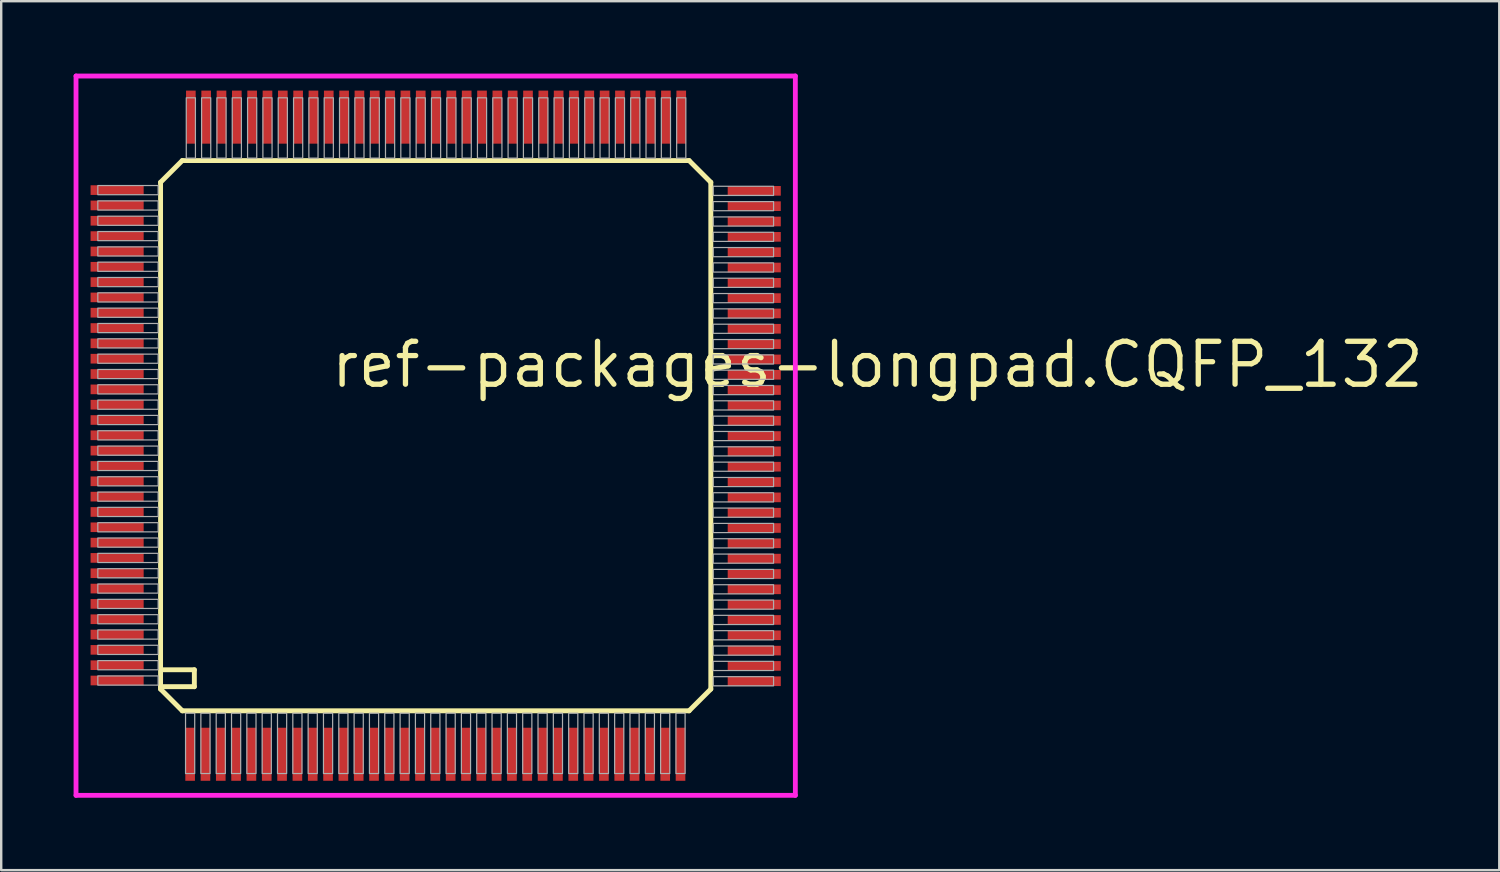
<source format=kicad_pcb>
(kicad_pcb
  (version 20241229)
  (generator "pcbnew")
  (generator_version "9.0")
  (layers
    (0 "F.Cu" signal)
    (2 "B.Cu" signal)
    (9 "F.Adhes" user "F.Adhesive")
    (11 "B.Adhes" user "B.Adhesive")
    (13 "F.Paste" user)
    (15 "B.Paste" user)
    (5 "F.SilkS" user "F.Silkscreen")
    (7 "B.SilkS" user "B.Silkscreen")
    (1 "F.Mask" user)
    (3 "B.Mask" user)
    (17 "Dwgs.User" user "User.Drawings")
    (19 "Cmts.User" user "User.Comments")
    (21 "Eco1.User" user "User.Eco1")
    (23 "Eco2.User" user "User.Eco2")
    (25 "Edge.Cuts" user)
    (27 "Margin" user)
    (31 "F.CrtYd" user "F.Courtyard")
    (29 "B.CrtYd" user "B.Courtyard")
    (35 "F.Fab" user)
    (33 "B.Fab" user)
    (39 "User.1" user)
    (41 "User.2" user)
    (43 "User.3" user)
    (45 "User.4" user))
  (footprint "ref-packages-longpad.CQFP_132"
    (layer "F.Cu")
    (at 15.003 15.003)
    (property "Reference" "ref-packages-longpad.CQFP_132" (at -4.445 -1.905 0) (layer "F.SilkS") (effects (font (size 1.778 1.778) (thickness 0.22)) (justify left bottom)))
    (attr smd)
    (fp_line (start -11.4 -10.5) (end -11.4 10.4) (stroke (width 0.203) (type default)) (layer "F.SilkS"))
    (fp_line (start -11.4 -10.5) (end -10.5 -11.4) (stroke (width 0.203) (type default)) (layer "F.SilkS"))
    (fp_line (start -11.4 10.4) (end -11.4 10.5) (stroke (width 0.203) (type default)) (layer "F.SilkS"))
    (fp_line (start -11.4 10.4) (end -10 10.4) (stroke (width 0.203) (type default)) (layer "F.SilkS"))
    (fp_line (start -11.4 10.5) (end -10.5 11.4) (stroke (width 0.203) (type default)) (layer "F.SilkS"))
    (fp_line (start -10.5 11.4) (end 10.5 11.4) (stroke (width 0.203) (type default)) (layer "F.SilkS"))
    (fp_line (start -10 9.7) (end -11.3 9.7) (stroke (width 0.203) (type default)) (layer "F.SilkS"))
    (fp_line (start -10 10.4) (end -10 9.7) (stroke (width 0.203) (type default)) (layer "F.SilkS"))
    (fp_line (start 10.5 -11.4) (end -10.5 -11.4) (stroke (width 0.203) (type default)) (layer "F.SilkS"))
    (fp_line (start 10.5 -11.4) (end 11.4 -10.5) (stroke (width 0.203) (type default)) (layer "F.SilkS"))
    (fp_line (start 10.5 11.4) (end 11.4 10.5) (stroke (width 0.203) (type default)) (layer "F.SilkS"))
    (fp_line (start 11.4 10.5) (end 11.4 -10.5) (stroke (width 0.203) (type default)) (layer "F.SilkS"))
    (fp_line (start -14.903 -14.903) (end 14.903 -14.903) (stroke (width 0.2) (type default)) (layer "F.CrtYd"))
    (fp_line (start -14.903 14.903) (end -14.903 -14.903) (stroke (width 0.2) (type default)) (layer "F.CrtYd"))
    (fp_line (start 14.903 -14.903) (end 14.903 14.903) (stroke (width 0.2) (type default)) (layer "F.CrtYd"))
    (fp_line (start 14.903 14.903) (end -14.903 14.903) (stroke (width 0.2) (type default)) (layer "F.CrtYd"))
    (fp_rect (start -14 -9.985) (end -11.5 -10.365) (stroke (width 0.05) (type default)) (fill no) (layer "F.Fab"))
    (fp_rect (start -14 -9.35) (end -11.5 -9.73) (stroke (width 0.05) (type default)) (fill no) (layer "F.Fab"))
    (fp_rect (start -14 -8.715) (end -11.5 -9.095) (stroke (width 0.05) (type default)) (fill no) (layer "F.Fab"))
    (fp_rect (start -14 -8.08) (end -11.5 -8.46) (stroke (width 0.05) (type default)) (fill no) (layer "F.Fab"))
    (fp_rect (start -14 -7.445) (end -11.5 -7.825) (stroke (width 0.05) (type default)) (fill no) (layer "F.Fab"))
    (fp_rect (start -14 -6.81) (end -11.5 -7.19) (stroke (width 0.05) (type default)) (fill no) (layer "F.Fab"))
    (fp_rect (start -14 -6.175) (end -11.5 -6.555) (stroke (width 0.05) (type default)) (fill no) (layer "F.Fab"))
    (fp_rect (start -14 -5.54) (end -11.5 -5.92) (stroke (width 0.05) (type default)) (fill no) (layer "F.Fab"))
    (fp_rect (start -14 -4.905) (end -11.5 -5.285) (stroke (width 0.05) (type default)) (fill no) (layer "F.Fab"))
    (fp_rect (start -14 -4.27) (end -11.5 -4.65) (stroke (width 0.05) (type default)) (fill no) (layer "F.Fab"))
    (fp_rect (start -14 -3.635) (end -11.5 -4.015) (stroke (width 0.05) (type default)) (fill no) (layer "F.Fab"))
    (fp_rect (start -14 -3) (end -11.5 -3.38) (stroke (width 0.05) (type default)) (fill no) (layer "F.Fab"))
    (fp_rect (start -14 -2.365) (end -11.5 -2.745) (stroke (width 0.05) (type default)) (fill no) (layer "F.Fab"))
    (fp_rect (start -14 -1.73) (end -11.5 -2.11) (stroke (width 0.05) (type default)) (fill no) (layer "F.Fab"))
    (fp_rect (start -14 -1.095) (end -11.5 -1.475) (stroke (width 0.05) (type default)) (fill no) (layer "F.Fab"))
    (fp_rect (start -14 -0.46) (end -11.5 -0.84) (stroke (width 0.05) (type default)) (fill no) (layer "F.Fab"))
    (fp_rect (start -14 0.175) (end -11.5 -0.205) (stroke (width 0.05) (type default)) (fill no) (layer "F.Fab"))
    (fp_rect (start -14 0.81) (end -11.5 0.43) (stroke (width 0.05) (type default)) (fill no) (layer "F.Fab"))
    (fp_rect (start -14 1.445) (end -11.5 1.065) (stroke (width 0.05) (type default)) (fill no) (layer "F.Fab"))
    (fp_rect (start -14 2.08) (end -11.5 1.7) (stroke (width 0.05) (type default)) (fill no) (layer "F.Fab"))
    (fp_rect (start -14 2.715) (end -11.5 2.335) (stroke (width 0.05) (type default)) (fill no) (layer "F.Fab"))
    (fp_rect (start -14 3.35) (end -11.5 2.97) (stroke (width 0.05) (type default)) (fill no) (layer "F.Fab"))
    (fp_rect (start -14 3.985) (end -11.5 3.605) (stroke (width 0.05) (type default)) (fill no) (layer "F.Fab"))
    (fp_rect (start -14 4.62) (end -11.5 4.24) (stroke (width 0.05) (type default)) (fill no) (layer "F.Fab"))
    (fp_rect (start -14 5.255) (end -11.5 4.875) (stroke (width 0.05) (type default)) (fill no) (layer "F.Fab"))
    (fp_rect (start -14 5.89) (end -11.5 5.51) (stroke (width 0.05) (type default)) (fill no) (layer "F.Fab"))
    (fp_rect (start -14 6.525) (end -11.5 6.145) (stroke (width 0.05) (type default)) (fill no) (layer "F.Fab"))
    (fp_rect (start -14 7.16) (end -11.5 6.78) (stroke (width 0.05) (type default)) (fill no) (layer "F.Fab"))
    (fp_rect (start -14 7.795) (end -11.5 7.415) (stroke (width 0.05) (type default)) (fill no) (layer "F.Fab"))
    (fp_rect (start -14 8.43) (end -11.5 8.05) (stroke (width 0.05) (type default)) (fill no) (layer "F.Fab"))
    (fp_rect (start -14 9.065) (end -11.5 8.685) (stroke (width 0.05) (type default)) (fill no) (layer "F.Fab"))
    (fp_rect (start -14 9.7) (end -11.5 9.32) (stroke (width 0.05) (type default)) (fill no) (layer "F.Fab"))
    (fp_rect (start -14 10.335) (end -11.5 9.955) (stroke (width 0.05) (type default)) (fill no) (layer "F.Fab"))
    (fp_rect (start -10.365 14) (end -9.985 11.5) (stroke (width 0.05) (type default)) (fill no) (layer "F.Fab"))
    (fp_rect (start -10.335 -11.5) (end -9.955 -14) (stroke (width 0.05) (type default)) (fill no) (layer "F.Fab"))
    (fp_rect (start -9.73 14) (end -9.35 11.5) (stroke (width 0.05) (type default)) (fill no) (layer "F.Fab"))
    (fp_rect (start -9.7 -11.5) (end -9.32 -14) (stroke (width 0.05) (type default)) (fill no) (layer "F.Fab"))
    (fp_rect (start -9.095 14) (end -8.715 11.5) (stroke (width 0.05) (type default)) (fill no) (layer "F.Fab"))
    (fp_rect (start -9.065 -11.5) (end -8.685 -14) (stroke (width 0.05) (type default)) (fill no) (layer "F.Fab"))
    (fp_rect (start -8.46 14) (end -8.08 11.5) (stroke (width 0.05) (type default)) (fill no) (layer "F.Fab"))
    (fp_rect (start -8.43 -11.5) (end -8.05 -14) (stroke (width 0.05) (type default)) (fill no) (layer "F.Fab"))
    (fp_rect (start -7.825 14) (end -7.445 11.5) (stroke (width 0.05) (type default)) (fill no) (layer "F.Fab"))
    (fp_rect (start -7.795 -11.5) (end -7.415 -14) (stroke (width 0.05) (type default)) (fill no) (layer "F.Fab"))
    (fp_rect (start -7.19 14) (end -6.81 11.5) (stroke (width 0.05) (type default)) (fill no) (layer "F.Fab"))
    (fp_rect (start -7.16 -11.5) (end -6.78 -14) (stroke (width 0.05) (type default)) (fill no) (layer "F.Fab"))
    (fp_rect (start -6.555 14) (end -6.175 11.5) (stroke (width 0.05) (type default)) (fill no) (layer "F.Fab"))
    (fp_rect (start -6.525 -11.5) (end -6.145 -14) (stroke (width 0.05) (type default)) (fill no) (layer "F.Fab"))
    (fp_rect (start -5.92 14) (end -5.54 11.5) (stroke (width 0.05) (type default)) (fill no) (layer "F.Fab"))
    (fp_rect (start -5.89 -11.5) (end -5.51 -14) (stroke (width 0.05) (type default)) (fill no) (layer "F.Fab"))
    (fp_rect (start -5.285 14) (end -4.905 11.5) (stroke (width 0.05) (type default)) (fill no) (layer "F.Fab"))
    (fp_rect (start -5.255 -11.5) (end -4.875 -14) (stroke (width 0.05) (type default)) (fill no) (layer "F.Fab"))
    (fp_rect (start -4.65 14) (end -4.27 11.5) (stroke (width 0.05) (type default)) (fill no) (layer "F.Fab"))
    (fp_rect (start -4.62 -11.5) (end -4.24 -14) (stroke (width 0.05) (type default)) (fill no) (layer "F.Fab"))
    (fp_rect (start -4.015 14) (end -3.635 11.5) (stroke (width 0.05) (type default)) (fill no) (layer "F.Fab"))
    (fp_rect (start -3.985 -11.5) (end -3.605 -14) (stroke (width 0.05) (type default)) (fill no) (layer "F.Fab"))
    (fp_rect (start -3.38 14) (end -3 11.5) (stroke (width 0.05) (type default)) (fill no) (layer "F.Fab"))
    (fp_rect (start -3.35 -11.5) (end -2.97 -14) (stroke (width 0.05) (type default)) (fill no) (layer "F.Fab"))
    (fp_rect (start -2.745 14) (end -2.365 11.5) (stroke (width 0.05) (type default)) (fill no) (layer "F.Fab"))
    (fp_rect (start -2.715 -11.5) (end -2.335 -14) (stroke (width 0.05) (type default)) (fill no) (layer "F.Fab"))
    (fp_rect (start -2.11 14) (end -1.73 11.5) (stroke (width 0.05) (type default)) (fill no) (layer "F.Fab"))
    (fp_rect (start -2.08 -11.5) (end -1.7 -14) (stroke (width 0.05) (type default)) (fill no) (layer "F.Fab"))
    (fp_rect (start -1.475 14) (end -1.095 11.5) (stroke (width 0.05) (type default)) (fill no) (layer "F.Fab"))
    (fp_rect (start -1.445 -11.5) (end -1.065 -14) (stroke (width 0.05) (type default)) (fill no) (layer "F.Fab"))
    (fp_rect (start -0.84 14) (end -0.46 11.5) (stroke (width 0.05) (type default)) (fill no) (layer "F.Fab"))
    (fp_rect (start -0.81 -11.5) (end -0.43 -14) (stroke (width 0.05) (type default)) (fill no) (layer "F.Fab"))
    (fp_rect (start -0.205 14) (end 0.175 11.5) (stroke (width 0.05) (type default)) (fill no) (layer "F.Fab"))
    (fp_rect (start -0.175 -11.5) (end 0.205 -14) (stroke (width 0.05) (type default)) (fill no) (layer "F.Fab"))
    (fp_rect (start 0.43 14) (end 0.81 11.5) (stroke (width 0.05) (type default)) (fill no) (layer "F.Fab"))
    (fp_rect (start 0.46 -11.5) (end 0.84 -14) (stroke (width 0.05) (type default)) (fill no) (layer "F.Fab"))
    (fp_rect (start 1.065 14) (end 1.445 11.5) (stroke (width 0.05) (type default)) (fill no) (layer "F.Fab"))
    (fp_rect (start 1.095 -11.5) (end 1.475 -14) (stroke (width 0.05) (type default)) (fill no) (layer "F.Fab"))
    (fp_rect (start 1.7 14) (end 2.08 11.5) (stroke (width 0.05) (type default)) (fill no) (layer "F.Fab"))
    (fp_rect (start 1.73 -11.5) (end 2.11 -14) (stroke (width 0.05) (type default)) (fill no) (layer "F.Fab"))
    (fp_rect (start 2.335 14) (end 2.715 11.5) (stroke (width 0.05) (type default)) (fill no) (layer "F.Fab"))
    (fp_rect (start 2.365 -11.5) (end 2.745 -14) (stroke (width 0.05) (type default)) (fill no) (layer "F.Fab"))
    (fp_rect (start 2.97 14) (end 3.35 11.5) (stroke (width 0.05) (type default)) (fill no) (layer "F.Fab"))
    (fp_rect (start 3 -11.5) (end 3.38 -14) (stroke (width 0.05) (type default)) (fill no) (layer "F.Fab"))
    (fp_rect (start 3.605 14) (end 3.985 11.5) (stroke (width 0.05) (type default)) (fill no) (layer "F.Fab"))
    (fp_rect (start 3.635 -11.5) (end 4.015 -14) (stroke (width 0.05) (type default)) (fill no) (layer "F.Fab"))
    (fp_rect (start 4.24 14) (end 4.62 11.5) (stroke (width 0.05) (type default)) (fill no) (layer "F.Fab"))
    (fp_rect (start 4.27 -11.5) (end 4.65 -14) (stroke (width 0.05) (type default)) (fill no) (layer "F.Fab"))
    (fp_rect (start 4.875 14) (end 5.255 11.5) (stroke (width 0.05) (type default)) (fill no) (layer "F.Fab"))
    (fp_rect (start 4.905 -11.5) (end 5.285 -14) (stroke (width 0.05) (type default)) (fill no) (layer "F.Fab"))
    (fp_rect (start 5.51 14) (end 5.89 11.5) (stroke (width 0.05) (type default)) (fill no) (layer "F.Fab"))
    (fp_rect (start 5.54 -11.5) (end 5.92 -14) (stroke (width 0.05) (type default)) (fill no) (layer "F.Fab"))
    (fp_rect (start 6.145 14) (end 6.525 11.5) (stroke (width 0.05) (type default)) (fill no) (layer "F.Fab"))
    (fp_rect (start 6.175 -11.5) (end 6.555 -14) (stroke (width 0.05) (type default)) (fill no) (layer "F.Fab"))
    (fp_rect (start 6.78 14) (end 7.16 11.5) (stroke (width 0.05) (type default)) (fill no) (layer "F.Fab"))
    (fp_rect (start 6.81 -11.5) (end 7.19 -14) (stroke (width 0.05) (type default)) (fill no) (layer "F.Fab"))
    (fp_rect (start 7.415 14) (end 7.795 11.5) (stroke (width 0.05) (type default)) (fill no) (layer "F.Fab"))
    (fp_rect (start 7.445 -11.5) (end 7.825 -14) (stroke (width 0.05) (type default)) (fill no) (layer "F.Fab"))
    (fp_rect (start 8.05 14) (end 8.43 11.5) (stroke (width 0.05) (type default)) (fill no) (layer "F.Fab"))
    (fp_rect (start 8.08 -11.5) (end 8.46 -14) (stroke (width 0.05) (type default)) (fill no) (layer "F.Fab"))
    (fp_rect (start 8.685 14) (end 9.065 11.5) (stroke (width 0.05) (type default)) (fill no) (layer "F.Fab"))
    (fp_rect (start 8.715 -11.5) (end 9.095 -14) (stroke (width 0.05) (type default)) (fill no) (layer "F.Fab"))
    (fp_rect (start 9.32 14) (end 9.7 11.5) (stroke (width 0.05) (type default)) (fill no) (layer "F.Fab"))
    (fp_rect (start 9.35 -11.5) (end 9.73 -14) (stroke (width 0.05) (type default)) (fill no) (layer "F.Fab"))
    (fp_rect (start 9.955 14) (end 10.335 11.5) (stroke (width 0.05) (type default)) (fill no) (layer "F.Fab"))
    (fp_rect (start 9.985 -11.5) (end 10.365 -14) (stroke (width 0.05) (type default)) (fill no) (layer "F.Fab"))
    (fp_rect (start 11.5 -9.955) (end 14 -10.335) (stroke (width 0.05) (type default)) (fill no) (layer "F.Fab"))
    (fp_rect (start 11.5 -9.32) (end 14 -9.7) (stroke (width 0.05) (type default)) (fill no) (layer "F.Fab"))
    (fp_rect (start 11.5 -8.685) (end 14 -9.065) (stroke (width 0.05) (type default)) (fill no) (layer "F.Fab"))
    (fp_rect (start 11.5 -8.05) (end 14 -8.43) (stroke (width 0.05) (type default)) (fill no) (layer "F.Fab"))
    (fp_rect (start 11.5 -7.415) (end 14 -7.795) (stroke (width 0.05) (type default)) (fill no) (layer "F.Fab"))
    (fp_rect (start 11.5 -6.78) (end 14 -7.16) (stroke (width 0.05) (type default)) (fill no) (layer "F.Fab"))
    (fp_rect (start 11.5 -6.145) (end 14 -6.525) (stroke (width 0.05) (type default)) (fill no) (layer "F.Fab"))
    (fp_rect (start 11.5 -5.51) (end 14 -5.89) (stroke (width 0.05) (type default)) (fill no) (layer "F.Fab"))
    (fp_rect (start 11.5 -4.875) (end 14 -5.255) (stroke (width 0.05) (type default)) (fill no) (layer "F.Fab"))
    (fp_rect (start 11.5 -4.24) (end 14 -4.62) (stroke (width 0.05) (type default)) (fill no) (layer "F.Fab"))
    (fp_rect (start 11.5 -3.605) (end 14 -3.985) (stroke (width 0.05) (type default)) (fill no) (layer "F.Fab"))
    (fp_rect (start 11.5 -2.97) (end 14 -3.35) (stroke (width 0.05) (type default)) (fill no) (layer "F.Fab"))
    (fp_rect (start 11.5 -2.335) (end 14 -2.715) (stroke (width 0.05) (type default)) (fill no) (layer "F.Fab"))
    (fp_rect (start 11.5 -1.7) (end 14 -2.08) (stroke (width 0.05) (type default)) (fill no) (layer "F.Fab"))
    (fp_rect (start 11.5 -1.065) (end 14 -1.445) (stroke (width 0.05) (type default)) (fill no) (layer "F.Fab"))
    (fp_rect (start 11.5 -0.43) (end 14 -0.81) (stroke (width 0.05) (type default)) (fill no) (layer "F.Fab"))
    (fp_rect (start 11.5 0.205) (end 14 -0.175) (stroke (width 0.05) (type default)) (fill no) (layer "F.Fab"))
    (fp_rect (start 11.5 0.84) (end 14 0.46) (stroke (width 0.05) (type default)) (fill no) (layer "F.Fab"))
    (fp_rect (start 11.5 1.475) (end 14 1.095) (stroke (width 0.05) (type default)) (fill no) (layer "F.Fab"))
    (fp_rect (start 11.5 2.11) (end 14 1.73) (stroke (width 0.05) (type default)) (fill no) (layer "F.Fab"))
    (fp_rect (start 11.5 2.745) (end 14 2.365) (stroke (width 0.05) (type default)) (fill no) (layer "F.Fab"))
    (fp_rect (start 11.5 3.38) (end 14 3) (stroke (width 0.05) (type default)) (fill no) (layer "F.Fab"))
    (fp_rect (start 11.5 4.015) (end 14 3.635) (stroke (width 0.05) (type default)) (fill no) (layer "F.Fab"))
    (fp_rect (start 11.5 4.65) (end 14 4.27) (stroke (width 0.05) (type default)) (fill no) (layer "F.Fab"))
    (fp_rect (start 11.5 5.285) (end 14 4.905) (stroke (width 0.05) (type default)) (fill no) (layer "F.Fab"))
    (fp_rect (start 11.5 5.92) (end 14 5.54) (stroke (width 0.05) (type default)) (fill no) (layer "F.Fab"))
    (fp_rect (start 11.5 6.555) (end 14 6.175) (stroke (width 0.05) (type default)) (fill no) (layer "F.Fab"))
    (fp_rect (start 11.5 7.19) (end 14 6.81) (stroke (width 0.05) (type default)) (fill no) (layer "F.Fab"))
    (fp_rect (start 11.5 7.825) (end 14 7.445) (stroke (width 0.05) (type default)) (fill no) (layer "F.Fab"))
    (fp_rect (start 11.5 8.46) (end 14 8.08) (stroke (width 0.05) (type default)) (fill no) (layer "F.Fab"))
    (fp_rect (start 11.5 9.095) (end 14 8.715) (stroke (width 0.05) (type default)) (fill no) (layer "F.Fab"))
    (fp_rect (start 11.5 9.73) (end 14 9.35) (stroke (width 0.05) (type default)) (fill no) (layer "F.Fab"))
    (fp_rect (start 11.5 10.365) (end 14 9.985) (stroke (width 0.05) (type default)) (fill no) (layer "F.Fab"))
    (pad "1" smd roundrect (at -10.175 13.2) (size 0.4 2.2) (layers "F.Cu" "F.Mask" "F.Paste") (roundrect_rratio 0.01))
    (pad "2" smd roundrect (at -9.54 13.2) (size 0.4 2.2) (layers "F.Cu" "F.Mask" "F.Paste") (roundrect_rratio 0.01))
    (pad "3" smd roundrect (at -8.905 13.2) (size 0.4 2.2) (layers "F.Cu" "F.Mask" "F.Paste") (roundrect_rratio 0.01))
    (pad "4" smd roundrect (at -8.27 13.2) (size 0.4 2.2) (layers "F.Cu" "F.Mask" "F.Paste") (roundrect_rratio 0.01))
    (pad "5" smd roundrect (at -7.635 13.2) (size 0.4 2.2) (layers "F.Cu" "F.Mask" "F.Paste") (roundrect_rratio 0.01))
    (pad "6" smd roundrect (at -7 13.2) (size 0.4 2.2) (layers "F.Cu" "F.Mask" "F.Paste") (roundrect_rratio 0.01))
    (pad "7" smd roundrect (at -6.365 13.2) (size 0.4 2.2) (layers "F.Cu" "F.Mask" "F.Paste") (roundrect_rratio 0.01))
    (pad "8" smd roundrect (at -5.73 13.2) (size 0.4 2.2) (layers "F.Cu" "F.Mask" "F.Paste") (roundrect_rratio 0.01))
    (pad "9" smd roundrect (at -5.095 13.2) (size 0.4 2.2) (layers "F.Cu" "F.Mask" "F.Paste") (roundrect_rratio 0.01))
    (pad "10" smd roundrect (at -4.46 13.2) (size 0.4 2.2) (layers "F.Cu" "F.Mask" "F.Paste") (roundrect_rratio 0.01))
    (pad "11" smd roundrect (at -3.825 13.2) (size 0.4 2.2) (layers "F.Cu" "F.Mask" "F.Paste") (roundrect_rratio 0.01))
    (pad "12" smd roundrect (at -3.19 13.2) (size 0.4 2.2) (layers "F.Cu" "F.Mask" "F.Paste") (roundrect_rratio 0.01))
    (pad "13" smd roundrect (at -2.555 13.2) (size 0.4 2.2) (layers "F.Cu" "F.Mask" "F.Paste") (roundrect_rratio 0.01))
    (pad "14" smd roundrect (at -1.92 13.2) (size 0.4 2.2) (layers "F.Cu" "F.Mask" "F.Paste") (roundrect_rratio 0.01))
    (pad "15" smd roundrect (at -1.285 13.2) (size 0.4 2.2) (layers "F.Cu" "F.Mask" "F.Paste") (roundrect_rratio 0.01))
    (pad "16" smd roundrect (at -0.65 13.2) (size 0.4 2.2) (layers "F.Cu" "F.Mask" "F.Paste") (roundrect_rratio 0.01))
    (pad "17" smd roundrect (at -0.015 13.2) (size 0.4 2.2) (layers "F.Cu" "F.Mask" "F.Paste") (roundrect_rratio 0.01))
    (pad "18" smd roundrect (at 0.62 13.2) (size 0.4 2.2) (layers "F.Cu" "F.Mask" "F.Paste") (roundrect_rratio 0.01))
    (pad "19" smd roundrect (at 1.255 13.2) (size 0.4 2.2) (layers "F.Cu" "F.Mask" "F.Paste") (roundrect_rratio 0.01))
    (pad "20" smd roundrect (at 1.89 13.2) (size 0.4 2.2) (layers "F.Cu" "F.Mask" "F.Paste") (roundrect_rratio 0.01))
    (pad "21" smd roundrect (at 2.525 13.2) (size 0.4 2.2) (layers "F.Cu" "F.Mask" "F.Paste") (roundrect_rratio 0.01))
    (pad "22" smd roundrect (at 3.16 13.2) (size 0.4 2.2) (layers "F.Cu" "F.Mask" "F.Paste") (roundrect_rratio 0.01))
    (pad "23" smd roundrect (at 3.795 13.2) (size 0.4 2.2) (layers "F.Cu" "F.Mask" "F.Paste") (roundrect_rratio 0.01))
    (pad "24" smd roundrect (at 4.43 13.2) (size 0.4 2.2) (layers "F.Cu" "F.Mask" "F.Paste") (roundrect_rratio 0.01))
    (pad "25" smd roundrect (at 5.065 13.2) (size 0.4 2.2) (layers "F.Cu" "F.Mask" "F.Paste") (roundrect_rratio 0.01))
    (pad "26" smd roundrect (at 5.7 13.2) (size 0.4 2.2) (layers "F.Cu" "F.Mask" "F.Paste") (roundrect_rratio 0.01))
    (pad "27" smd roundrect (at 6.335 13.2) (size 0.4 2.2) (layers "F.Cu" "F.Mask" "F.Paste") (roundrect_rratio 0.01))
    (pad "28" smd roundrect (at 6.97 13.2) (size 0.4 2.2) (layers "F.Cu" "F.Mask" "F.Paste") (roundrect_rratio 0.01))
    (pad "29" smd roundrect (at 7.605 13.2) (size 0.4 2.2) (layers "F.Cu" "F.Mask" "F.Paste") (roundrect_rratio 0.01))
    (pad "30" smd roundrect (at 8.24 13.2) (size 0.4 2.2) (layers "F.Cu" "F.Mask" "F.Paste") (roundrect_rratio 0.01))
    (pad "31" smd roundrect (at 8.875 13.2) (size 0.4 2.2) (layers "F.Cu" "F.Mask" "F.Paste") (roundrect_rratio 0.01))
    (pad "32" smd roundrect (at 9.51 13.2) (size 0.4 2.2) (layers "F.Cu" "F.Mask" "F.Paste") (roundrect_rratio 0.01))
    (pad "33" smd roundrect (at 10.145 13.2) (size 0.4 2.2) (layers "F.Cu" "F.Mask" "F.Paste") (roundrect_rratio 0.01))
    (pad "34" smd roundrect (at 13.2 10.175) (size 2.2 0.4) (layers "F.Cu" "F.Mask" "F.Paste") (roundrect_rratio 0.01))
    (pad "35" smd roundrect (at 13.2 9.54) (size 2.2 0.4) (layers "F.Cu" "F.Mask" "F.Paste") (roundrect_rratio 0.01))
    (pad "36" smd roundrect (at 13.2 8.905) (size 2.2 0.4) (layers "F.Cu" "F.Mask" "F.Paste") (roundrect_rratio 0.01))
    (pad "37" smd roundrect (at 13.2 8.27) (size 2.2 0.4) (layers "F.Cu" "F.Mask" "F.Paste") (roundrect_rratio 0.01))
    (pad "38" smd roundrect (at 13.2 7.635) (size 2.2 0.4) (layers "F.Cu" "F.Mask" "F.Paste") (roundrect_rratio 0.01))
    (pad "39" smd roundrect (at 13.2 7) (size 2.2 0.4) (layers "F.Cu" "F.Mask" "F.Paste") (roundrect_rratio 0.01))
    (pad "40" smd roundrect (at 13.2 6.365) (size 2.2 0.4) (layers "F.Cu" "F.Mask" "F.Paste") (roundrect_rratio 0.01))
    (pad "41" smd roundrect (at 13.2 5.73) (size 2.2 0.4) (layers "F.Cu" "F.Mask" "F.Paste") (roundrect_rratio 0.01))
    (pad "42" smd roundrect (at 13.2 5.095) (size 2.2 0.4) (layers "F.Cu" "F.Mask" "F.Paste") (roundrect_rratio 0.01))
    (pad "43" smd roundrect (at 13.2 4.46) (size 2.2 0.4) (layers "F.Cu" "F.Mask" "F.Paste") (roundrect_rratio 0.01))
    (pad "44" smd roundrect (at 13.2 3.825) (size 2.2 0.4) (layers "F.Cu" "F.Mask" "F.Paste") (roundrect_rratio 0.01))
    (pad "45" smd roundrect (at 13.2 3.19) (size 2.2 0.4) (layers "F.Cu" "F.Mask" "F.Paste") (roundrect_rratio 0.01))
    (pad "46" smd roundrect (at 13.2 2.555) (size 2.2 0.4) (layers "F.Cu" "F.Mask" "F.Paste") (roundrect_rratio 0.01))
    (pad "47" smd roundrect (at 13.2 1.92) (size 2.2 0.4) (layers "F.Cu" "F.Mask" "F.Paste") (roundrect_rratio 0.01))
    (pad "48" smd roundrect (at 13.2 1.285) (size 2.2 0.4) (layers "F.Cu" "F.Mask" "F.Paste") (roundrect_rratio 0.01))
    (pad "49" smd roundrect (at 13.2 0.65) (size 2.2 0.4) (layers "F.Cu" "F.Mask" "F.Paste") (roundrect_rratio 0.01))
    (pad "50" smd roundrect (at 13.2 0.015) (size 2.2 0.4) (layers "F.Cu" "F.Mask" "F.Paste") (roundrect_rratio 0.01))
    (pad "51" smd roundrect (at 13.2 -0.62) (size 2.2 0.4) (layers "F.Cu" "F.Mask" "F.Paste") (roundrect_rratio 0.01))
    (pad "52" smd roundrect (at 13.2 -1.255) (size 2.2 0.4) (layers "F.Cu" "F.Mask" "F.Paste") (roundrect_rratio 0.01))
    (pad "53" smd roundrect (at 13.2 -1.89) (size 2.2 0.4) (layers "F.Cu" "F.Mask" "F.Paste") (roundrect_rratio 0.01))
    (pad "54" smd roundrect (at 13.2 -2.525) (size 2.2 0.4) (layers "F.Cu" "F.Mask" "F.Paste") (roundrect_rratio 0.01))
    (pad "55" smd roundrect (at 13.2 -3.16) (size 2.2 0.4) (layers "F.Cu" "F.Mask" "F.Paste") (roundrect_rratio 0.01))
    (pad "56" smd roundrect (at 13.2 -3.795) (size 2.2 0.4) (layers "F.Cu" "F.Mask" "F.Paste") (roundrect_rratio 0.01))
    (pad "57" smd roundrect (at 13.2 -4.43) (size 2.2 0.4) (layers "F.Cu" "F.Mask" "F.Paste") (roundrect_rratio 0.01))
    (pad "58" smd roundrect (at 13.2 -5.065) (size 2.2 0.4) (layers "F.Cu" "F.Mask" "F.Paste") (roundrect_rratio 0.01))
    (pad "59" smd roundrect (at 13.2 -5.7) (size 2.2 0.4) (layers "F.Cu" "F.Mask" "F.Paste") (roundrect_rratio 0.01))
    (pad "60" smd roundrect (at 13.2 -6.335) (size 2.2 0.4) (layers "F.Cu" "F.Mask" "F.Paste") (roundrect_rratio 0.01))
    (pad "61" smd roundrect (at 13.2 -6.97) (size 2.2 0.4) (layers "F.Cu" "F.Mask" "F.Paste") (roundrect_rratio 0.01))
    (pad "62" smd roundrect (at 13.2 -7.605) (size 2.2 0.4) (layers "F.Cu" "F.Mask" "F.Paste") (roundrect_rratio 0.01))
    (pad "63" smd roundrect (at 13.2 -8.24) (size 2.2 0.4) (layers "F.Cu" "F.Mask" "F.Paste") (roundrect_rratio 0.01))
    (pad "64" smd roundrect (at 13.2 -8.875) (size 2.2 0.4) (layers "F.Cu" "F.Mask" "F.Paste") (roundrect_rratio 0.01))
    (pad "65" smd roundrect (at 13.2 -9.51) (size 2.2 0.4) (layers "F.Cu" "F.Mask" "F.Paste") (roundrect_rratio 0.01))
    (pad "66" smd roundrect (at 13.2 -10.145) (size 2.2 0.4) (layers "F.Cu" "F.Mask" "F.Paste") (roundrect_rratio 0.01))
    (pad "67" smd roundrect (at 10.175 -13.2) (size 0.4 2.2) (layers "F.Cu" "F.Mask" "F.Paste") (roundrect_rratio 0.01))
    (pad "68" smd roundrect (at 9.54 -13.2) (size 0.4 2.2) (layers "F.Cu" "F.Mask" "F.Paste") (roundrect_rratio 0.01))
    (pad "69" smd roundrect (at 8.905 -13.2) (size 0.4 2.2) (layers "F.Cu" "F.Mask" "F.Paste") (roundrect_rratio 0.01))
    (pad "70" smd roundrect (at 8.27 -13.2) (size 0.4 2.2) (layers "F.Cu" "F.Mask" "F.Paste") (roundrect_rratio 0.01))
    (pad "71" smd roundrect (at 7.635 -13.2) (size 0.4 2.2) (layers "F.Cu" "F.Mask" "F.Paste") (roundrect_rratio 0.01))
    (pad "72" smd roundrect (at 7 -13.2) (size 0.4 2.2) (layers "F.Cu" "F.Mask" "F.Paste") (roundrect_rratio 0.01))
    (pad "73" smd roundrect (at 6.365 -13.2) (size 0.4 2.2) (layers "F.Cu" "F.Mask" "F.Paste") (roundrect_rratio 0.01))
    (pad "74" smd roundrect (at 5.73 -13.2) (size 0.4 2.2) (layers "F.Cu" "F.Mask" "F.Paste") (roundrect_rratio 0.01))
    (pad "75" smd roundrect (at 5.095 -13.2) (size 0.4 2.2) (layers "F.Cu" "F.Mask" "F.Paste") (roundrect_rratio 0.01))
    (pad "76" smd roundrect (at 4.46 -13.2) (size 0.4 2.2) (layers "F.Cu" "F.Mask" "F.Paste") (roundrect_rratio 0.01))
    (pad "77" smd roundrect (at 3.825 -13.2) (size 0.4 2.2) (layers "F.Cu" "F.Mask" "F.Paste") (roundrect_rratio 0.01))
    (pad "78" smd roundrect (at 3.19 -13.2) (size 0.4 2.2) (layers "F.Cu" "F.Mask" "F.Paste") (roundrect_rratio 0.01))
    (pad "79" smd roundrect (at 2.555 -13.2) (size 0.4 2.2) (layers "F.Cu" "F.Mask" "F.Paste") (roundrect_rratio 0.01))
    (pad "80" smd roundrect (at 1.92 -13.2) (size 0.4 2.2) (layers "F.Cu" "F.Mask" "F.Paste") (roundrect_rratio 0.01))
    (pad "81" smd roundrect (at 1.285 -13.2) (size 0.4 2.2) (layers "F.Cu" "F.Mask" "F.Paste") (roundrect_rratio 0.01))
    (pad "82" smd roundrect (at 0.65 -13.2) (size 0.4 2.2) (layers "F.Cu" "F.Mask" "F.Paste") (roundrect_rratio 0.01))
    (pad "83" smd roundrect (at 0.015 -13.2) (size 0.4 2.2) (layers "F.Cu" "F.Mask" "F.Paste") (roundrect_rratio 0.01))
    (pad "84" smd roundrect (at -0.62 -13.2) (size 0.4 2.2) (layers "F.Cu" "F.Mask" "F.Paste") (roundrect_rratio 0.01))
    (pad "85" smd roundrect (at -1.255 -13.2) (size 0.4 2.2) (layers "F.Cu" "F.Mask" "F.Paste") (roundrect_rratio 0.01))
    (pad "86" smd roundrect (at -1.89 -13.2) (size 0.4 2.2) (layers "F.Cu" "F.Mask" "F.Paste") (roundrect_rratio 0.01))
    (pad "87" smd roundrect (at -2.525 -13.2) (size 0.4 2.2) (layers "F.Cu" "F.Mask" "F.Paste") (roundrect_rratio 0.01))
    (pad "88" smd roundrect (at -3.16 -13.2) (size 0.4 2.2) (layers "F.Cu" "F.Mask" "F.Paste") (roundrect_rratio 0.01))
    (pad "89" smd roundrect (at -3.795 -13.2) (size 0.4 2.2) (layers "F.Cu" "F.Mask" "F.Paste") (roundrect_rratio 0.01))
    (pad "90" smd roundrect (at -4.43 -13.2) (size 0.4 2.2) (layers "F.Cu" "F.Mask" "F.Paste") (roundrect_rratio 0.01))
    (pad "91" smd roundrect (at -5.065 -13.2) (size 0.4 2.2) (layers "F.Cu" "F.Mask" "F.Paste") (roundrect_rratio 0.01))
    (pad "92" smd roundrect (at -5.7 -13.2) (size 0.4 2.2) (layers "F.Cu" "F.Mask" "F.Paste") (roundrect_rratio 0.01))
    (pad "93" smd roundrect (at -6.335 -13.2) (size 0.4 2.2) (layers "F.Cu" "F.Mask" "F.Paste") (roundrect_rratio 0.01))
    (pad "94" smd roundrect (at -6.97 -13.2) (size 0.4 2.2) (layers "F.Cu" "F.Mask" "F.Paste") (roundrect_rratio 0.01))
    (pad "95" smd roundrect (at -7.605 -13.2) (size 0.4 2.2) (layers "F.Cu" "F.Mask" "F.Paste") (roundrect_rratio 0.01))
    (pad "96" smd roundrect (at -8.24 -13.2) (size 0.4 2.2) (layers "F.Cu" "F.Mask" "F.Paste") (roundrect_rratio 0.01))
    (pad "97" smd roundrect (at -8.875 -13.2) (size 0.4 2.2) (layers "F.Cu" "F.Mask" "F.Paste") (roundrect_rratio 0.01))
    (pad "98" smd roundrect (at -9.51 -13.2) (size 0.4 2.2) (layers "F.Cu" "F.Mask" "F.Paste") (roundrect_rratio 0.01))
    (pad "99" smd roundrect (at -10.145 -13.2) (size 0.4 2.2) (layers "F.Cu" "F.Mask" "F.Paste") (roundrect_rratio 0.01))
    (pad "100" smd roundrect (at -13.2 -10.175) (size 2.2 0.4) (layers "F.Cu" "F.Mask" "F.Paste") (roundrect_rratio 0.01))
    (pad "101" smd roundrect (at -13.2 -9.54) (size 2.2 0.4) (layers "F.Cu" "F.Mask" "F.Paste") (roundrect_rratio 0.01))
    (pad "102" smd roundrect (at -13.2 -8.905) (size 2.2 0.4) (layers "F.Cu" "F.Mask" "F.Paste") (roundrect_rratio 0.01))
    (pad "103" smd roundrect (at -13.2 -8.27) (size 2.2 0.4) (layers "F.Cu" "F.Mask" "F.Paste") (roundrect_rratio 0.01))
    (pad "104" smd roundrect (at -13.2 -7.635) (size 2.2 0.4) (layers "F.Cu" "F.Mask" "F.Paste") (roundrect_rratio 0.01))
    (pad "105" smd roundrect (at -13.2 -7) (size 2.2 0.4) (layers "F.Cu" "F.Mask" "F.Paste") (roundrect_rratio 0.01))
    (pad "106" smd roundrect (at -13.2 -6.365) (size 2.2 0.4) (layers "F.Cu" "F.Mask" "F.Paste") (roundrect_rratio 0.01))
    (pad "107" smd roundrect (at -13.2 -5.73) (size 2.2 0.4) (layers "F.Cu" "F.Mask" "F.Paste") (roundrect_rratio 0.01))
    (pad "108" smd roundrect (at -13.2 -5.095) (size 2.2 0.4) (layers "F.Cu" "F.Mask" "F.Paste") (roundrect_rratio 0.01))
    (pad "109" smd roundrect (at -13.2 -4.46) (size 2.2 0.4) (layers "F.Cu" "F.Mask" "F.Paste") (roundrect_rratio 0.01))
    (pad "110" smd roundrect (at -13.2 -3.825) (size 2.2 0.4) (layers "F.Cu" "F.Mask" "F.Paste") (roundrect_rratio 0.01))
    (pad "111" smd roundrect (at -13.2 -3.19) (size 2.2 0.4) (layers "F.Cu" "F.Mask" "F.Paste") (roundrect_rratio 0.01))
    (pad "112" smd roundrect (at -13.2 -2.555) (size 2.2 0.4) (layers "F.Cu" "F.Mask" "F.Paste") (roundrect_rratio 0.01))
    (pad "113" smd roundrect (at -13.2 -1.92) (size 2.2 0.4) (layers "F.Cu" "F.Mask" "F.Paste") (roundrect_rratio 0.01))
    (pad "114" smd roundrect (at -13.2 -1.285) (size 2.2 0.4) (layers "F.Cu" "F.Mask" "F.Paste") (roundrect_rratio 0.01))
    (pad "115" smd roundrect (at -13.2 -0.65) (size 2.2 0.4) (layers "F.Cu" "F.Mask" "F.Paste") (roundrect_rratio 0.01))
    (pad "116" smd roundrect (at -13.2 -0.015) (size 2.2 0.4) (layers "F.Cu" "F.Mask" "F.Paste") (roundrect_rratio 0.01))
    (pad "117" smd roundrect (at -13.2 0.62) (size 2.2 0.4) (layers "F.Cu" "F.Mask" "F.Paste") (roundrect_rratio 0.01))
    (pad "118" smd roundrect (at -13.2 1.255) (size 2.2 0.4) (layers "F.Cu" "F.Mask" "F.Paste") (roundrect_rratio 0.01))
    (pad "119" smd roundrect (at -13.2 1.89) (size 2.2 0.4) (layers "F.Cu" "F.Mask" "F.Paste") (roundrect_rratio 0.01))
    (pad "120" smd roundrect (at -13.2 2.525) (size 2.2 0.4) (layers "F.Cu" "F.Mask" "F.Paste") (roundrect_rratio 0.01))
    (pad "121" smd roundrect (at -13.2 3.16) (size 2.2 0.4) (layers "F.Cu" "F.Mask" "F.Paste") (roundrect_rratio 0.01))
    (pad "122" smd roundrect (at -13.2 3.795) (size 2.2 0.4) (layers "F.Cu" "F.Mask" "F.Paste") (roundrect_rratio 0.01))
    (pad "123" smd roundrect (at -13.2 4.43) (size 2.2 0.4) (layers "F.Cu" "F.Mask" "F.Paste") (roundrect_rratio 0.01))
    (pad "124" smd roundrect (at -13.2 5.065) (size 2.2 0.4) (layers "F.Cu" "F.Mask" "F.Paste") (roundrect_rratio 0.01))
    (pad "125" smd roundrect (at -13.2 5.7) (size 2.2 0.4) (layers "F.Cu" "F.Mask" "F.Paste") (roundrect_rratio 0.01))
    (pad "126" smd roundrect (at -13.2 6.335) (size 2.2 0.4) (layers "F.Cu" "F.Mask" "F.Paste") (roundrect_rratio 0.01))
    (pad "127" smd roundrect (at -13.2 6.97) (size 2.2 0.4) (layers "F.Cu" "F.Mask" "F.Paste") (roundrect_rratio 0.01))
    (pad "128" smd roundrect (at -13.2 7.605) (size 2.2 0.4) (layers "F.Cu" "F.Mask" "F.Paste") (roundrect_rratio 0.01))
    (pad "129" smd roundrect (at -13.2 8.24) (size 2.2 0.4) (layers "F.Cu" "F.Mask" "F.Paste") (roundrect_rratio 0.01))
    (pad "130" smd roundrect (at -13.2 8.875) (size 2.2 0.4) (layers "F.Cu" "F.Mask" "F.Paste") (roundrect_rratio 0.01))
    (pad "131" smd roundrect (at -13.2 9.51) (size 2.2 0.4) (layers "F.Cu" "F.Mask" "F.Paste") (roundrect_rratio 0.01))
    (pad "132" smd roundrect (at -13.2 10.145) (size 2.2 0.4) (layers "F.Cu" "F.Mask" "F.Paste") (roundrect_rratio 0.01)))
  (gr_rect
    (start -3 -3)
    (end 59.074 33.006)
    (stroke (width 0.1) (type default))
    (fill no)
    (layer "Edge.Cuts")))
</source>
